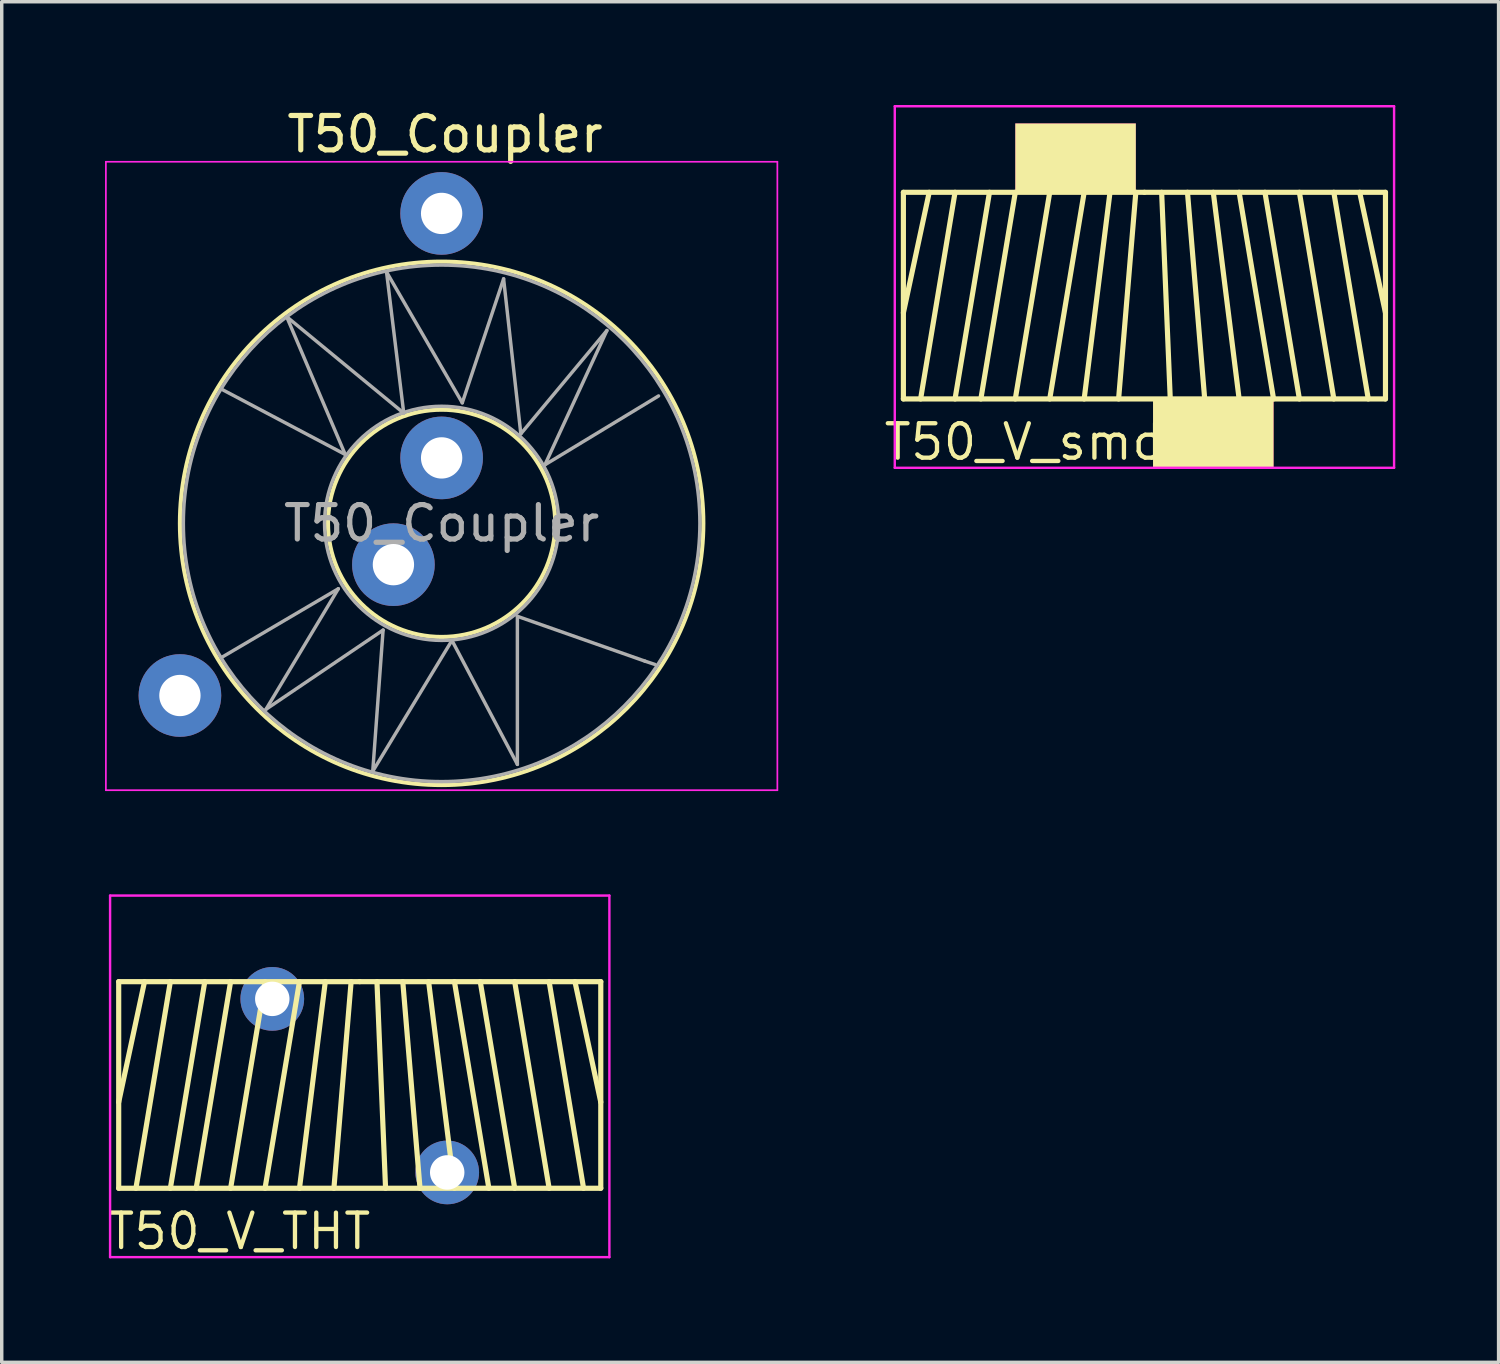
<source format=kicad_pcb>
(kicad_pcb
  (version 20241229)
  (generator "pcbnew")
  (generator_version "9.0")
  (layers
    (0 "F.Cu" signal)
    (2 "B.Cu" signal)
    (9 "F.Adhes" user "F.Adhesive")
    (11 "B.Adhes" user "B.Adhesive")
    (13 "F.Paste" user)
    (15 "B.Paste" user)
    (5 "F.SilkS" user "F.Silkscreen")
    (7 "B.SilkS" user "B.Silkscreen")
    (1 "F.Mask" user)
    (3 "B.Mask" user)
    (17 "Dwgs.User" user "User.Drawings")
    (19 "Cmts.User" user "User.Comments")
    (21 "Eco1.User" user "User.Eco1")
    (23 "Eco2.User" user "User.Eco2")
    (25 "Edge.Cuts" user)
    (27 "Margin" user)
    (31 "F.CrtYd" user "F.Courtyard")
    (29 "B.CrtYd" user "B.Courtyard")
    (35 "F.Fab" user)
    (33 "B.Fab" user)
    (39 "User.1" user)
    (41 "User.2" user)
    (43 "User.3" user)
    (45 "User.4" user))
  (footprint "T50_V_THT"
    (layer "F.Cu")
    (at 7.397 28.458)
    (property "Reference" "T50_V_THT" (at -3.5 4.25 0) (layer "F.SilkS") (effects (font (size 1 1) (thickness 0.125))))
    (attr through_hole)
    (fp_line (start -7 -3) (end 0 -3) (stroke (width 0.15) (type solid)) (layer "F.SilkS"))
    (fp_line (start -7 3) (end -7 -3) (stroke (width 0.15) (type solid)) (layer "F.SilkS"))
    (fp_line (start -6.25 -3) (end -7 0.5) (stroke (width 0.15) (type solid)) (layer "F.SilkS"))
    (fp_line (start -5.5 -3) (end -6.5 3) (stroke (width 0.15) (type solid)) (layer "F.SilkS"))
    (fp_line (start -4.5 -3) (end -5.5 3) (stroke (width 0.15) (type solid)) (layer "F.SilkS"))
    (fp_line (start -3.75 -3) (end -4.75 3) (stroke (width 0.15) (type solid)) (layer "F.SilkS"))
    (fp_line (start -2.75 -3) (end -3.75 3) (stroke (width 0.15) (type solid)) (layer "F.SilkS"))
    (fp_line (start -1.75 -3) (end -2.75 3) (stroke (width 0.15) (type solid)) (layer "F.SilkS"))
    (fp_line (start -1 -3) (end -1.75 3) (stroke (width 0.15) (type solid)) (layer "F.SilkS"))
    (fp_line (start -0.25 -3) (end -0.75 3) (stroke (width 0.15) (type solid)) (layer "F.SilkS"))
    (fp_line (start 0 -3) (end 7 -3) (stroke (width 0.15) (type solid)) (layer "F.SilkS"))
    (fp_line (start 0.5 -3) (end 0.75 3) (stroke (width 0.15) (type solid)) (layer "F.SilkS"))
    (fp_line (start 1.25 -3) (end 1.75 3) (stroke (width 0.15) (type solid)) (layer "F.SilkS"))
    (fp_line (start 2 -3) (end 2.75 3) (stroke (width 0.15) (type solid)) (layer "F.SilkS"))
    (fp_line (start 2.75 -3) (end 3.75 3) (stroke (width 0.15) (type solid)) (layer "F.SilkS"))
    (fp_line (start 3.5 -3) (end 4.5 3) (stroke (width 0.15) (type solid)) (layer "F.SilkS"))
    (fp_line (start 4.5 -3) (end 5.5 3) (stroke (width 0.15) (type solid)) (layer "F.SilkS"))
    (fp_line (start 5.5 -3) (end 6.5 3) (stroke (width 0.15) (type solid)) (layer "F.SilkS"))
    (fp_line (start 6.25 -3) (end 7 0.5) (stroke (width 0.15) (type solid)) (layer "F.SilkS"))
    (fp_line (start 7 -3) (end 7 3) (stroke (width 0.15) (type solid)) (layer "F.SilkS"))
    (fp_line (start 7 3) (end -7 3) (stroke (width 0.15) (type solid)) (layer "F.SilkS"))
    (fp_line (start -7.25 -3.25) (end 7.25 -3.25) (stroke (width 0.07) (type solid)) (layer "Eco2.User"))
    (fp_line (start -7.25 3.25) (end -7.25 -3.25) (stroke (width 0.07) (type solid)) (layer "Eco2.User"))
    (fp_line (start 7.25 -3.25) (end 7.25 3.25) (stroke (width 0.07) (type solid)) (layer "Eco2.User"))
    (fp_line (start 7.25 3.25) (end -7.25 3.25) (stroke (width 0.07) (type solid)) (layer "Eco2.User"))
    (fp_line (start -7.25 -5.5) (end -7.25 5) (stroke (width 0.07) (type solid)) (layer "F.CrtYd"))
    (fp_line (start -7.25 -5.5) (end 7.25 -5.5) (stroke (width 0.07) (type solid)) (layer "F.CrtYd"))
    (fp_line (start -7.25 5) (end 7.25 5) (stroke (width 0.07) (type solid)) (layer "F.CrtYd"))
    (fp_line (start 7.25 5) (end 7.25 -5.5) (stroke (width 0.07) (type solid)) (layer "F.CrtYd"))
    (pad "1" thru_hole circle (at -2.54 -2.5) (size 1.85 1.85) (drill 1) (layers "*.Cu" "*.Mask"))
    (pad "2" thru_hole circle (at 2.54 2.54) (size 1.85 1.85) (drill 1) (layers "*.Cu" "*.Mask")))
  (footprint "T50_Coupler"
    (layer "F.Cu")
    (at 1.775 17.148)
    (property "Reference" "T50_Coupler" (at 8.1 -16.3 0) (layer "F.SilkS") (effects (font (size 1 1) (thickness 0.15))))
    (attr through_hole)
    (fp_circle (center 8 -5) (end 8 -12.6) (stroke (width 0.12) (type solid)) (fill no) (layer "F.SilkS"))
    (fp_circle (center 8 -5) (end 8 -8.3) (stroke (width 0.12) (type solid)) (fill no) (layer "F.SilkS"))
    (fp_line (start -1.75 -15.5) (end -1.75 2.75) (stroke (width 0.05) (type solid)) (layer "F.CrtYd"))
    (fp_line (start -1.75 -15.5) (end 17.75 -15.5) (stroke (width 0.05) (type solid)) (layer "F.CrtYd"))
    (fp_line (start 17.75 2.75) (end -1.75 2.75) (stroke (width 0.05) (type solid)) (layer "F.CrtYd"))
    (fp_line (start 17.75 2.75) (end 17.75 -15.5) (stroke (width 0.05) (type solid)) (layer "F.CrtYd"))
    (fp_line (start 1.6 -8.9) (end 5.2 -7) (stroke (width 0.1) (type solid)) (layer "F.Fab"))
    (fp_line (start 1.6 -1.1) (end 5 -3.1) (stroke (width 0.1) (type solid)) (layer "F.Fab"))
    (fp_line (start 2.9 0.4) (end 6.3 -1.9) (stroke (width 0.1) (type solid)) (layer "F.Fab"))
    (fp_line (start 3.5 -11) (end 6.9 -8.2) (stroke (width 0.1) (type solid)) (layer "F.Fab"))
    (fp_line (start 5 -3.1) (end 2.9 0.4) (stroke (width 0.1) (type solid)) (layer "F.Fab"))
    (fp_line (start 5.2 -7) (end 3.5 -11) (stroke (width 0.1) (type solid)) (layer "F.Fab"))
    (fp_line (start 6 2.2) (end 8.3 -1.6) (stroke (width 0.1) (type solid)) (layer "F.Fab"))
    (fp_line (start 6.3 -1.9) (end 6 2.2) (stroke (width 0.1) (type solid)) (layer "F.Fab"))
    (fp_line (start 6.4 -12.3) (end 8.6 -8.5) (stroke (width 0.1) (type solid)) (layer "F.Fab"))
    (fp_line (start 6.9 -8.2) (end 6.4 -12.3) (stroke (width 0.1) (type solid)) (layer "F.Fab"))
    (fp_line (start 8.3 -1.6) (end 10.2 2) (stroke (width 0.1) (type solid)) (layer "F.Fab"))
    (fp_line (start 8.6 -8.5) (end 9.8 -12.1) (stroke (width 0.1) (type solid)) (layer "F.Fab"))
    (fp_line (start 9.8 -12.1) (end 10.3 -7.6) (stroke (width 0.1) (type solid)) (layer "F.Fab"))
    (fp_line (start 10.2 -2.3) (end 13.9 -1) (stroke (width 0.1) (type solid)) (layer "F.Fab"))
    (fp_line (start 10.2 2) (end 10.2 -2.3) (stroke (width 0.1) (type solid)) (layer "F.Fab"))
    (fp_line (start 10.3 -7.6) (end 12.8 -10.6) (stroke (width 0.1) (type solid)) (layer "F.Fab"))
    (fp_line (start 11 -6.7) (end 14.3 -8.7) (stroke (width 0.1) (type solid)) (layer "F.Fab"))
    (fp_line (start 12.8 -10.6) (end 11 -6.7) (stroke (width 0.1) (type solid)) (layer "F.Fab"))
    (fp_line (start 13.9 -1) (end 14.2 -0.9) (stroke (width 0.1) (type solid)) (layer "F.Fab"))
    (fp_circle (center 8 -5) (end 11.4 -5) (stroke (width 0.1) (type solid)) (fill no) (layer "F.Fab"))
    (fp_circle (center 8 -5) (end 15.5 -5) (stroke (width 0.1) (type solid)) (fill no) (layer "F.Fab"))
    (fp_text user "${REFERENCE}" (at 8 -5 0) (layer "F.Fab") (effects (font (size 1 1) (thickness 0.15))))
    (pad "1" thru_hole circle (at 0.4 0) (size 2.4 2.4) (drill 1.2) (layers "*.Cu" "*.Mask"))
    (pad "2" thru_hole circle (at 6.6 -3.8) (size 2.4 2.4) (drill 1.2) (layers "*.Cu" "*.Mask"))
    (pad "3" thru_hole circle (at 8 -6.9) (size 2.4 2.4) (drill 1.2) (layers "*.Cu" "*.Mask"))
    (pad "4" thru_hole circle (at 8 -14) (size 2.4 2.4) (drill 1.2) (layers "*.Cu" "*.Mask")))
  (footprint "T50_V_smd"
    (layer "F.Cu")
    (at 30.185 5.535)
    (property "Reference" "T50_V_smd" (at -3.5 4.25 0) (layer "F.SilkS") (effects (font (size 1 1) (thickness 0.125))))
    (attr through_hole)
    (fp_line (start -7 -3) (end 0 -3) (stroke (width 0.15) (type solid)) (layer "F.SilkS"))
    (fp_line (start -7 3) (end -7 -3) (stroke (width 0.15) (type solid)) (layer "F.SilkS"))
    (fp_line (start -6.25 -3) (end -7 0.5) (stroke (width 0.15) (type solid)) (layer "F.SilkS"))
    (fp_line (start -5.5 -3) (end -6.5 3) (stroke (width 0.15) (type solid)) (layer "F.SilkS"))
    (fp_line (start -4.5 -3) (end -5.5 3) (stroke (width 0.15) (type solid)) (layer "F.SilkS"))
    (fp_line (start -3.75 -3) (end -4.75 3) (stroke (width 0.15) (type solid)) (layer "F.SilkS"))
    (fp_line (start -2.75 -3) (end -3.75 3) (stroke (width 0.15) (type solid)) (layer "F.SilkS"))
    (fp_line (start -1.75 -3) (end -2.75 3) (stroke (width 0.15) (type solid)) (layer "F.SilkS"))
    (fp_line (start -1 -3) (end -1.75 3) (stroke (width 0.15) (type solid)) (layer "F.SilkS"))
    (fp_line (start -0.25 -3) (end -0.75 3) (stroke (width 0.15) (type solid)) (layer "F.SilkS"))
    (fp_line (start 0 -3) (end 7 -3) (stroke (width 0.15) (type solid)) (layer "F.SilkS"))
    (fp_line (start 0.5 -3) (end 0.75 3) (stroke (width 0.15) (type solid)) (layer "F.SilkS"))
    (fp_line (start 1.25 -3) (end 1.75 3) (stroke (width 0.15) (type solid)) (layer "F.SilkS"))
    (fp_line (start 2 -3) (end 2.75 3) (stroke (width 0.15) (type solid)) (layer "F.SilkS"))
    (fp_line (start 2.75 -3) (end 3.75 3) (stroke (width 0.15) (type solid)) (layer "F.SilkS"))
    (fp_line (start 3.5 -3) (end 4.5 3) (stroke (width 0.15) (type solid)) (layer "F.SilkS"))
    (fp_line (start 4.5 -3) (end 5.5 3) (stroke (width 0.15) (type solid)) (layer "F.SilkS"))
    (fp_line (start 5.5 -3) (end 6.5 3) (stroke (width 0.15) (type solid)) (layer "F.SilkS"))
    (fp_line (start 6.25 -3) (end 7 0.5) (stroke (width 0.15) (type solid)) (layer "F.SilkS"))
    (fp_line (start 7 -3) (end 7 3) (stroke (width 0.15) (type solid)) (layer "F.SilkS"))
    (fp_line (start 7 3) (end -7 3) (stroke (width 0.15) (type solid)) (layer "F.SilkS"))
    (fp_line (start -7.25 -3.25) (end 7.25 -3.25) (stroke (width 0.07) (type solid)) (layer "Eco2.User"))
    (fp_line (start -7.25 3.25) (end -7.25 -3.25) (stroke (width 0.07) (type solid)) (layer "Eco2.User"))
    (fp_line (start 7.25 -3.25) (end 7.25 3.25) (stroke (width 0.07) (type solid)) (layer "Eco2.User"))
    (fp_line (start 7.25 3.25) (end -7.25 3.25) (stroke (width 0.07) (type solid)) (layer "Eco2.User"))
    (fp_line (start -7.25 -5.5) (end -7.25 5) (stroke (width 0.07) (type solid)) (layer "F.CrtYd"))
    (fp_line (start -7.25 -5.5) (end 7.25 -5.5) (stroke (width 0.07) (type solid)) (layer "F.CrtYd"))
    (fp_line (start -7.25 5) (end 7.25 5) (stroke (width 0.07) (type solid)) (layer "F.CrtYd"))
    (fp_line (start 7.25 5) (end 7.25 -5.5) (stroke (width 0.07) (type solid)) (layer "F.CrtYd"))
    (pad "1" smd rect (at -2 -4) (size 3.5 2) (layers "F.Cu" "F.Mask" "F.SilkS" "F.Adhes" "F.Paste"))
    (pad "2" smd rect (at 2 4) (size 3.5 2) (layers "F.Cu" "F.Mask" "F.SilkS" "F.Adhes" "F.Paste")))
  (gr_rect
    (start -3 -3)
    (end 40.47 36.513)
    (stroke (width 0.1) (type default))
    (fill no)
    (layer "Edge.Cuts")))
</source>
